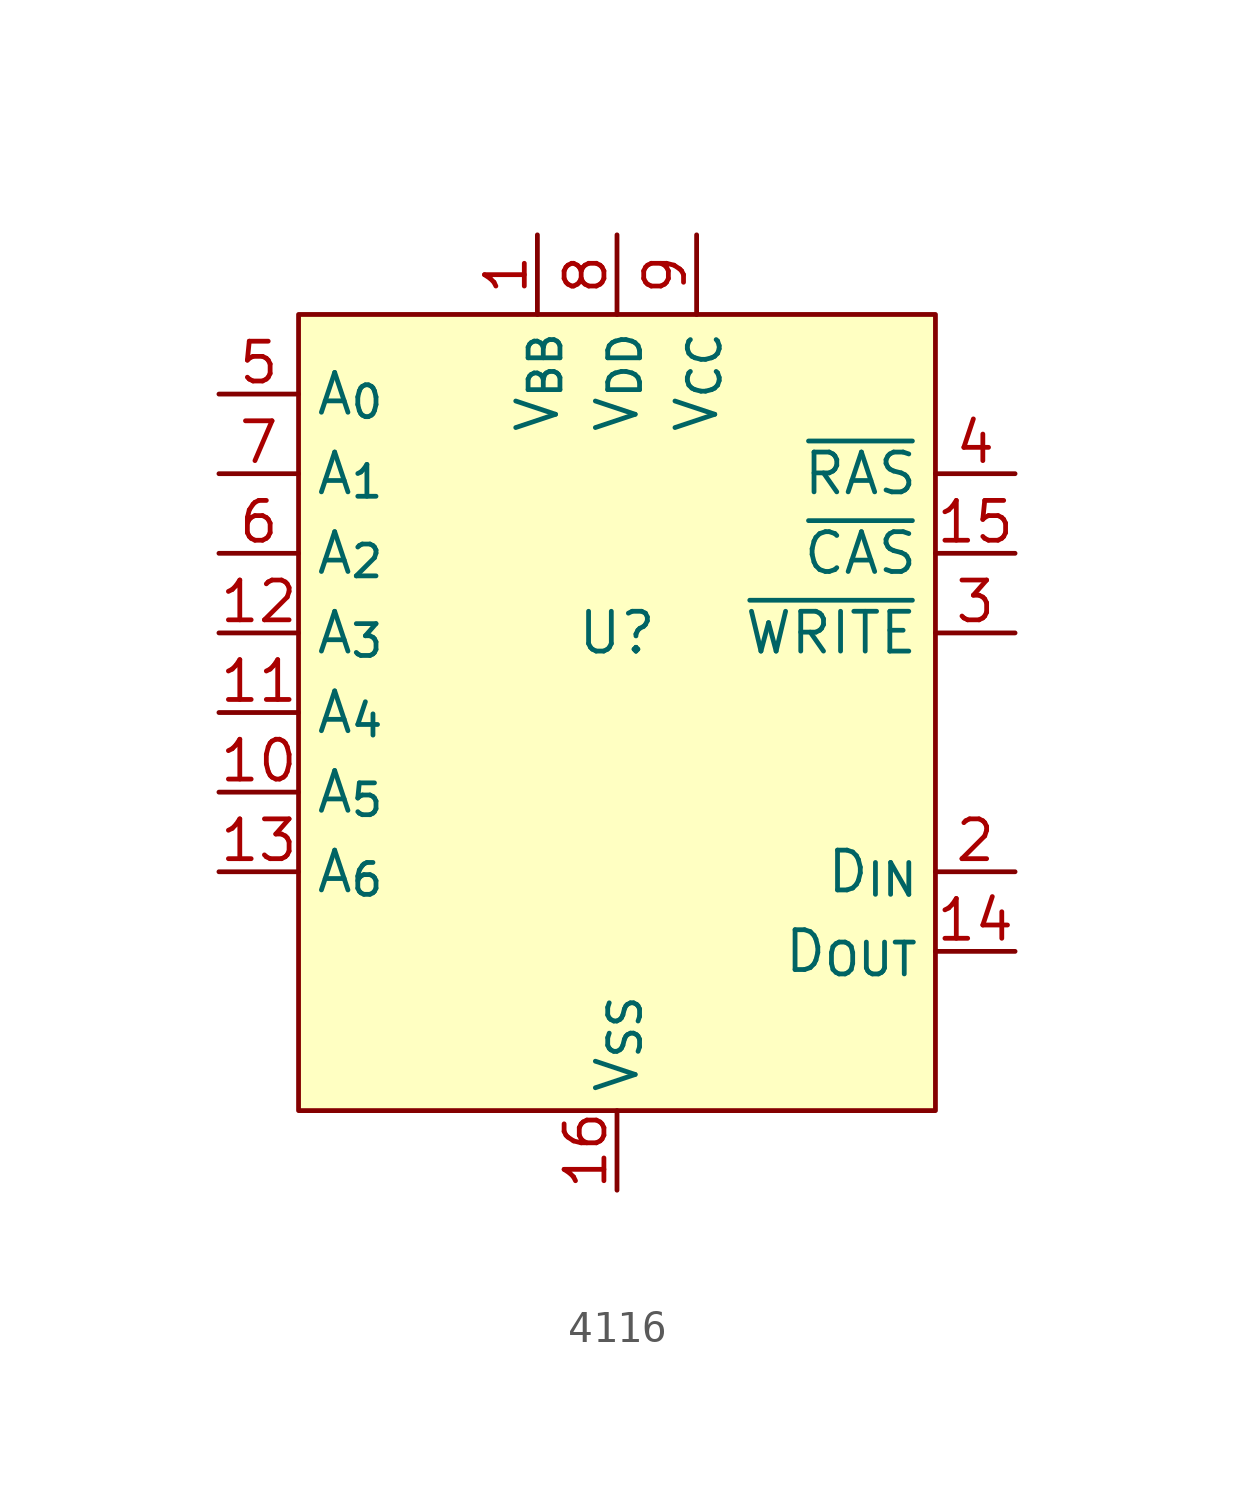
<source format=kicad_sym>
(kicad_symbol_lib
  (version 20220914)
  (generator kicad_symbol_editor)
  (symbol "4116"
    (property "Reference" "U"
      (at 0 0 0)
      (effects (font (size 1.27 1.27))))
    (property "Value" ""
      (at 0 0 0)
      (effects (font (size 1.27 1.27))))
    (symbol "4116_1_1"
      (rectangle (start -10.16 10.16) (end 10.16 -15.24) (stroke (width 0) (type default)) (fill (type background)))
      (pin input line (at -2.54 12.7 270) (length 2.54) (name "V_{BB}" (effects (font (size 1.27 1.27)))) (number "1" (effects (font (size 1.27 1.27)))))
      (pin input line (at -12.7 -5.08 0) (length 2.54) (name "A_{5}" (effects (font (size 1.27 1.27)))) (number "10" (effects (font (size 1.27 1.27)))))
      (pin input line (at -12.7 -2.54 0) (length 2.54) (name "A_{4}" (effects (font (size 1.27 1.27)))) (number "11" (effects (font (size 1.27 1.27)))))
      (pin input line (at -12.7 0 0) (length 2.54) (name "A_{3}" (effects (font (size 1.27 1.27)))) (number "12" (effects (font (size 1.27 1.27)))))
      (pin input line (at -12.7 -7.62 0) (length 2.54) (name "A_{6}" (effects (font (size 1.27 1.27)))) (number "13" (effects (font (size 1.27 1.27)))))
      (pin output line (at 12.7 -10.16 180) (length 2.54) (name "D_{OUT}" (effects (font (size 1.27 1.27)))) (number "14" (effects (font (size 1.27 1.27)))))
      (pin input line (at 12.7 2.54 180) (length 2.54) (name "~{CAS}" (effects (font (size 1.27 1.27)))) (number "15" (effects (font (size 1.27 1.27)))))
      (pin input line (at 0 -17.78 90) (length 2.54) (name "V_{SS}" (effects (font (size 1.27 1.27)))) (number "16" (effects (font (size 1.27 1.27)))))
      (pin input line (at 12.7 -7.62 180) (length 2.54) (name "D_{IN}" (effects (font (size 1.27 1.27)))) (number "2" (effects (font (size 1.27 1.27)))))
      (pin input line (at 12.7 0 180) (length 2.54) (name "~{WRITE}" (effects (font (size 1.27 1.27)))) (number "3" (effects (font (size 1.27 1.27)))))
      (pin input line (at 12.7 5.08 180) (length 2.54) (name "~{RAS}" (effects (font (size 1.27 1.27)))) (number "4" (effects (font (size 1.27 1.27)))))
      (pin input line (at -12.7 7.62 0) (length 2.54) (name "A_{0}" (effects (font (size 1.27 1.27)))) (number "5" (effects (font (size 1.27 1.27)))))
      (pin input line (at -12.7 2.54 0) (length 2.54) (name "A_{2}" (effects (font (size 1.27 1.27)))) (number "6" (effects (font (size 1.27 1.27)))))
      (pin input line (at -12.7 5.08 0) (length 2.54) (name "A_{1}" (effects (font (size 1.27 1.27)))) (number "7" (effects (font (size 1.27 1.27)))))
      (pin input line (at 0 12.7 270) (length 2.54) (name "V_{DD}" (effects (font (size 1.27 1.27)))) (number "8" (effects (font (size 1.27 1.27)))))
      (pin input line (at 2.54 12.7 270) (length 2.54) (name "V_{CC}" (effects (font (size 1.27 1.27)))) (number "9" (effects (font (size 1.27 1.27))))))))
</source>
